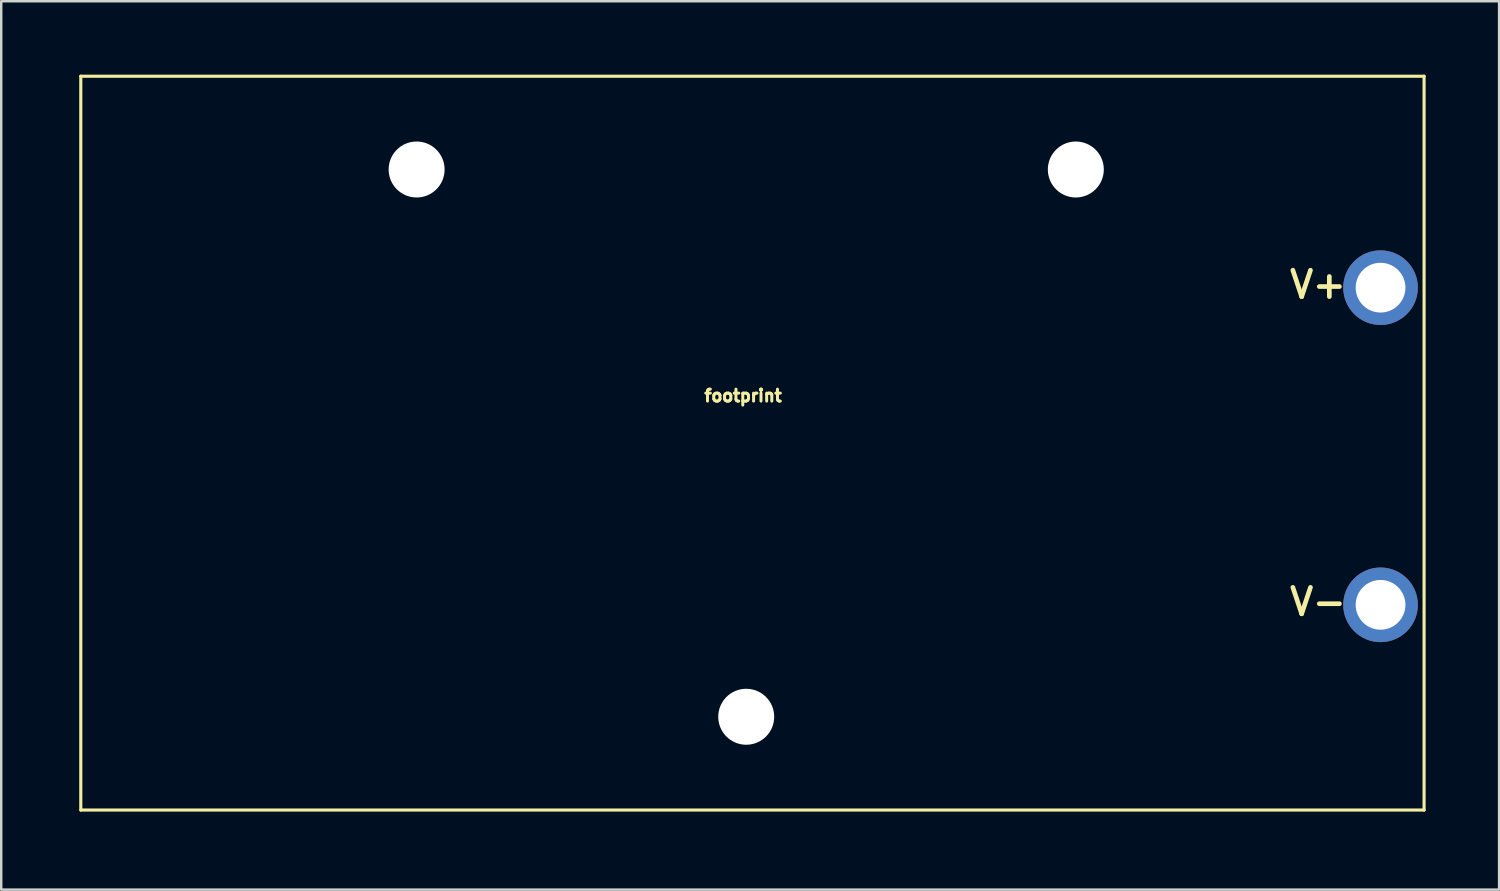
<source format=kicad_pcb>
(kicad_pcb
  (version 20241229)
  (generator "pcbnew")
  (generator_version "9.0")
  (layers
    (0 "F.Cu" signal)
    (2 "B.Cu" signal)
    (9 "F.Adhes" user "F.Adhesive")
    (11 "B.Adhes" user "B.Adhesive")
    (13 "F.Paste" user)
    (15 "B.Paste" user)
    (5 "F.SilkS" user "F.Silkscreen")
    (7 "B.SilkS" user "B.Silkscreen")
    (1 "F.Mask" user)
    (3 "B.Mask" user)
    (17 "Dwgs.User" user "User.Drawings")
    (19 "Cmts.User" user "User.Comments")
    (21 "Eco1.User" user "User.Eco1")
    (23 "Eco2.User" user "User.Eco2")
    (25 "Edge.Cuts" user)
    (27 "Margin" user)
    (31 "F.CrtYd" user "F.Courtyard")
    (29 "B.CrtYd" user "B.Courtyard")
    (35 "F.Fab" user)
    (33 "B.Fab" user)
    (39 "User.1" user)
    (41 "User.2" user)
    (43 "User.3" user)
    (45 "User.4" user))
  (footprint "footprint"
    (layer "F.Cu")
    (at 0.25 30.035)
    (property "Reference" "footprint" (at 25.4 -16.637 0) (layer "F.SilkS") (effects (font (size 0.488 0.488) (thickness 0.122)) (justify left bottom)))
    (fp_line (start 0 -29.972) (end 54.864 -29.972) (stroke (width 0.127) (type solid)) (layer "F.SilkS"))
    (fp_line (start 0 0) (end 0 -29.972) (stroke (width 0.127) (type solid)) (layer "F.SilkS"))
    (fp_line (start 54.864 -29.972) (end 54.864 0) (stroke (width 0.127) (type solid)) (layer "F.SilkS"))
    (fp_line (start 54.864 0) (end 0 0) (stroke (width 0.127) (type solid)) (layer "F.SilkS"))
    (fp_text user "V+" (at 49.276 -20.828 0) (layer "F.SilkS") (effects (font (size 1.079 1.079) (thickness 0.191)) (justify left bottom)))
    (fp_text user "V-" (at 49.276 -7.874 0) (layer "F.SilkS") (effects (font (size 1.079 1.079) (thickness 0.191)) (justify left bottom)))
    (pad "" np_thru_hole circle (at 13.716 -26.162) (size 2.286 2.286) (drill 2.286) (layers "*.Cu" "*.Mask"))
    (pad "" np_thru_hole circle (at 27.178 -3.81) (size 2.286 2.286) (drill 2.286) (layers "*.Cu" "*.Mask"))
    (pad "" np_thru_hole circle (at 40.64 -26.162) (size 2.286 2.286) (drill 2.286) (layers "*.Cu" "*.Mask"))
    (pad "V+" thru_hole circle (at 53.086 -21.336) (size 3.048 3.048) (drill 2.032) (layers "*.Cu" "*.Mask"))
    (pad "V-" thru_hole circle (at 53.086 -8.382) (size 3.048 3.048) (drill 2.032) (layers "*.Cu" "*.Mask")))
  (gr_rect
    (start -3 -3)
    (end 58.178 33.285)
    (stroke (width 0.1) (type default))
    (fill no)
    (layer "Edge.Cuts")))
</source>
